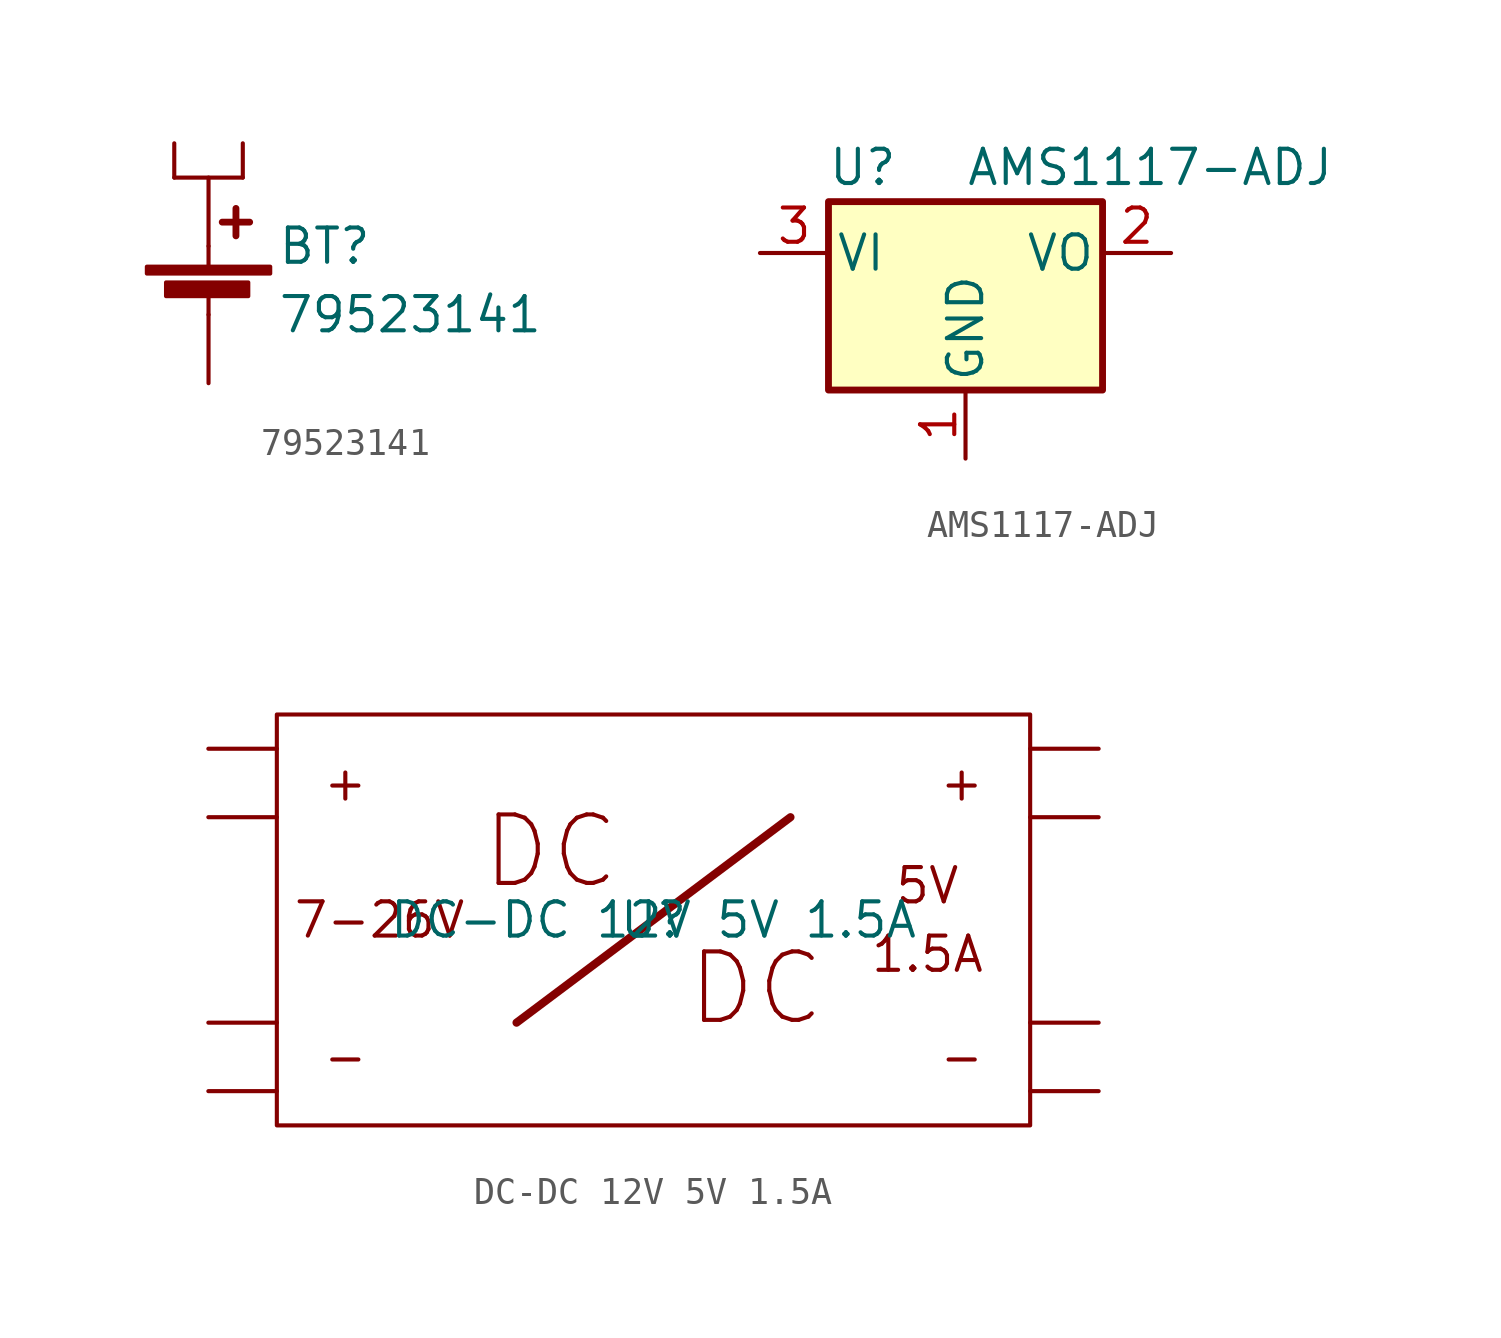
<source format=kicad_sym>
(kicad_symbol_lib
  (version 20241209)
  (generator "kicad_symbol_editor")
  (generator_version "9.0")
  (symbol "79523141"
    (pin_numbers
      (hide yes))
    (pin_names
      (offset 0)
      (hide yes))
    (property "Reference" "BT"
      (at 2.54 2.54 0)
      (effects (font (size 1.27 1.27)) (justify left)))
    (property "Value" "79523141"
      (at 2.54 0 0)
      (effects (font (size 1.27 1.27)) (justify left)))
    (symbol "79523141_0_1"
      (rectangle (start -2.286 1.778) (end 2.286 1.524) (stroke (width 0) (type solid)) (fill (type outline)))
      (rectangle (start -1.575 1.194) (end 1.473 0.686) (stroke (width 0) (type solid)) (fill (type outline)))
      (polyline (pts (xy -1.27 5.08) (xy 1.27 5.08)) (stroke (width 0) (type solid)) (fill (type none)))
      (polyline (pts (xy 0 2.54) (xy 0 5.08)) (stroke (width 0) (type solid)) (fill (type none)))
      (polyline (pts (xy 0 1.778) (xy 0 2.54)) (stroke (width 0) (type solid)) (fill (type none)))
      (polyline (pts (xy 0 0.762) (xy 0 0)) (stroke (width 0) (type solid)) (fill (type none)))
      (polyline (pts (xy 0.508 3.429) (xy 1.524 3.429)) (stroke (width 0.254) (type solid)) (fill (type none)))
      (polyline (pts (xy 1.016 3.937) (xy 1.016 2.921)) (stroke (width 0.254) (type solid)) (fill (type none))))
    (symbol "79523141_1_1"
      (pin passive line (at -1.27 6.35 270) (length 1.27) (name "+" (effects (font (size 1.27 1.27)))) (number "1" (effects (font (size 1.27 1.27)))))
      (pin passive line (at 0 -2.54 90) (length 2.54) (name "-" (effects (font (size 1.27 1.27)))) (number "2" (effects (font (size 1.27 1.27)))))
      (pin passive line (at 1.27 6.35 270) (length 1.27) (name "+" (effects (font (size 1.27 1.27)))) (number "3" (effects (font (size 1.27 1.27)))))))
  (symbol "AMS1117-ADJ"
    (pin_names
      (offset 0.254))
    (property "Reference" "U"
      (at -3.81 3.175 0)
      (effects (font (size 1.27 1.27))))
    (property "Value" "AMS1117-ADJ"
      (at 0 3.175 0)
      (effects (font (size 1.27 1.27)) (justify left)))
    (symbol "AMS1117-ADJ_0_1"
      (rectangle (start -5.08 -5.08) (end 5.08 1.905) (stroke (width 0.254) (type default)) (fill (type background))))
    (symbol "AMS1117-ADJ_1_1"
      (pin power_in line (at -7.62 0 0) (length 2.54) (name "VI" (effects (font (size 1.27 1.27)))) (number "3" (effects (font (size 1.27 1.27)))))
      (pin power_in line (at 0 -7.62 90) (length 2.54) (name "GND" (effects (font (size 1.27 1.27)))) (number "1" (effects (font (size 1.27 1.27)))))
      (pin power_out line (at 7.62 0 180) (length 2.54) (name "VO" (effects (font (size 1.27 1.27)))) (number "2" (effects (font (size 1.27 1.27)))))))
  (symbol "DC-DC 12V 5V 1.5A"
    (pin_numbers
      (hide yes))
    (pin_names
      (hide yes))
    (property "Reference" "U"
      (at 0 0 0)
      (effects (font (size 1.27 1.27))))
    (property "Value" "DC-DC 12V 5V 1.5A"
      (at 0 0 0)
      (effects (font (size 1.27 1.27))))
    (symbol "DC-DC 12V 5V 1.5A_0_0"
      (rectangle (start -13.97 7.62) (end 13.97 -7.62) (stroke (width 0.152) (type default)) (fill (type none)))
      (polyline (pts (xy 5.08 3.81) (xy -5.08 -3.81)) (stroke (width 0.302) (type default)) (fill (type none)))
      (text "+" (at -11.43 5.08 0) (effects (font (size 1.27 1.27))))
      (text "-" (at -11.43 -5.08 0) (effects (font (size 1.27 1.27))))
      (text "7-26V" (at -10.16 0 0) (effects (font (size 1.27 1.27))))
      (text "DC" (at -3.81 2.54 0) (effects (font (size 2.54 2.54))))
      (text "DC" (at 3.81 -2.54 0) (effects (font (size 2.54 2.54))))
      (text "5V" (at 10.16 1.27 0) (effects (font (size 1.27 1.27))))
      (text "1.5A" (at 10.16 -1.27 0) (effects (font (size 1.27 1.27))))
      (text "+" (at 11.43 5.08 0) (effects (font (size 1.27 1.27))))
      (text "-" (at 11.43 -5.08 0) (effects (font (size 1.27 1.27)))))
    (symbol "DC-DC 12V 5V 1.5A_1_1"
      (pin power_in line (at -16.51 6.35 0) (length 2.54) (name "IN+1" (effects (font (size 1.27 1.27)))) (number "3" (effects (font (size 1.27 1.27)))))
      (pin power_in line (at -16.51 3.81 0) (length 2.54) (name "IN+2" (effects (font (size 1.27 1.27)))) (number "4" (effects (font (size 1.27 1.27)))))
      (pin power_in line (at -16.51 -3.81 0) (length 2.54) (name "IN-1" (effects (font (size 1.27 1.27)))) (number "1" (effects (font (size 1.27 1.27)))))
      (pin power_in line (at -16.51 -6.35 0) (length 2.54) (name "IN-2" (effects (font (size 1.27 1.27)))) (number "2" (effects (font (size 1.27 1.27)))))
      (pin power_out line (at 16.51 6.35 180) (length 2.54) (name "OUT+1" (effects (font (size 1.27 1.27)))) (number "6" (effects (font (size 1.27 1.27)))))
      (pin passive line (at 16.51 3.81 180) (length 2.54) (name "OUT+2" (effects (font (size 1.27 1.27)))) (number "5" (effects (font (size 1.27 1.27)))))
      (pin power_out line (at 16.51 -3.81 180) (length 2.54) (name "OUT-1" (effects (font (size 1.27 1.27)))) (number "8" (effects (font (size 1.27 1.27)))))
      (pin passive line (at 16.51 -6.35 180) (length 2.54) (name "OUT-2" (effects (font (size 1.27 1.27)))) (number "7" (effects (font (size 1.27 1.27))))))))
</source>
